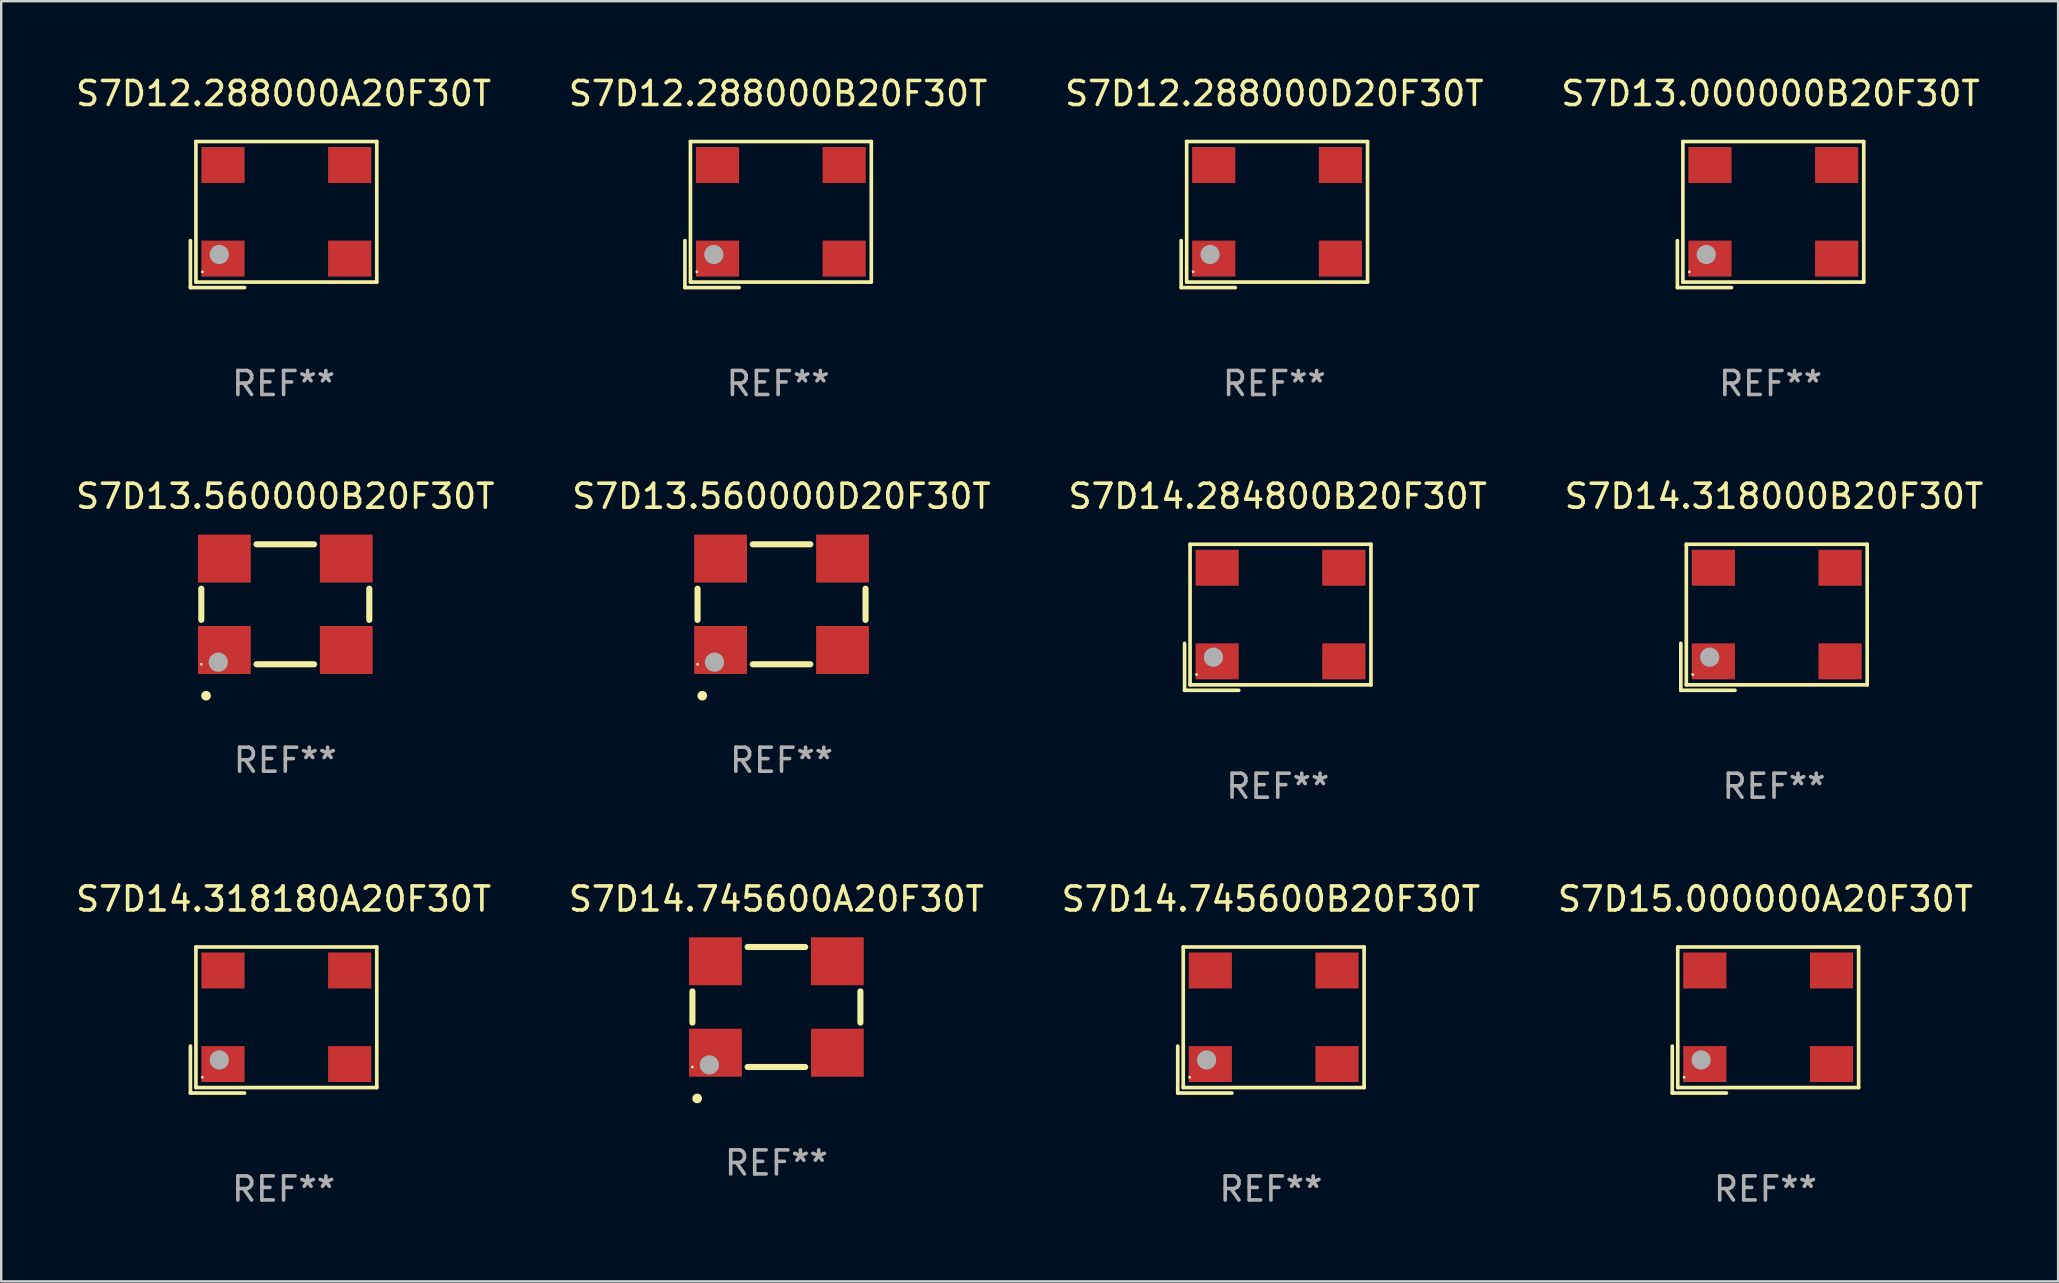
<source format=kicad_pcb>
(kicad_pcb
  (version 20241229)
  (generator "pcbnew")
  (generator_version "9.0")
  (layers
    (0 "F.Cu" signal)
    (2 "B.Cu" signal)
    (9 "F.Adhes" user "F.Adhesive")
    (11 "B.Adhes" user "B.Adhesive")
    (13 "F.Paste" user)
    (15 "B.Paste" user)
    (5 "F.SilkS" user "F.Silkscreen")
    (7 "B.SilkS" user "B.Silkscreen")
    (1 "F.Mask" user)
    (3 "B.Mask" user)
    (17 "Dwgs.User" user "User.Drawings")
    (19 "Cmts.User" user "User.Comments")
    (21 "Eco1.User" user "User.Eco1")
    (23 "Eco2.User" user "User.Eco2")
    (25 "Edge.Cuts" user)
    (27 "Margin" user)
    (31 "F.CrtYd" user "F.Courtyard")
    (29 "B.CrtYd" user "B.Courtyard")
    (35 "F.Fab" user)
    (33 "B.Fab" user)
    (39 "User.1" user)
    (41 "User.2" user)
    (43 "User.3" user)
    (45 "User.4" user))
  (footprint "S7D12.288000A20F30T"
    (layer "F.Cu")
    (at 8.768 5.891)
    (property "Reference" "S7D12.288000A20F30T" (at 0 -5.043 0) (layer "F.SilkS") (effects (font (size 1 1) (thickness 0.15))))
    (attr through_hole)
    (fp_line (start -3.883 1.086) (end -3.883 3.043) (stroke (width 0.152) (type solid)) (layer "F.SilkS"))
    (fp_line (start -3.883 3.043) (end -1.626 3.043) (stroke (width 0.152) (type solid)) (layer "F.SilkS"))
    (fp_line (start -3.654 -3.043) (end 3.883 -3.043) (stroke (width 0.152) (type solid)) (layer "F.SilkS"))
    (fp_line (start -3.654 2.814) (end -3.654 -3.043) (stroke (width 0.152) (type solid)) (layer "F.SilkS"))
    (fp_line (start 3.883 -3.043) (end 3.883 2.814) (stroke (width 0.152) (type solid)) (layer "F.SilkS"))
    (fp_line (start 3.883 2.814) (end -3.654 2.814) (stroke (width 0.152) (type solid)) (layer "F.SilkS"))
    (fp_circle (center -3.386 2.386) (end -3.356 2.386) (stroke (width 0.06) (type solid)) (fill no) (layer "F.SilkS"))
    (fp_circle (center -2.68 1.664) (end -2.48 1.664) (stroke (width 0.4) (type solid)) (fill no) (layer "F.Fab"))
    (fp_text user "REF**" (at 0 7.043 0) (layer "F.Fab") (effects (font (size 1 1) (thickness 0.15))))
    (pad "1" smd rect (at -2.526 1.836) (size 1.8 1.5) (layers "F.Cu" "F.Mask" "F.Paste"))
    (pad "2" smd rect (at 2.754 1.836) (size 1.8 1.5) (layers "F.Cu" "F.Mask" "F.Paste"))
    (pad "3" smd rect (at 2.754 -2.064) (size 1.8 1.5) (layers "F.Cu" "F.Mask" "F.Paste"))
    (pad "4" smd rect (at -2.526 -2.064) (size 1.8 1.5) (layers "F.Cu" "F.Mask" "F.Paste")))
  (footprint "S7D14.318180A20F30T"
    (layer "F.Cu")
    (at 8.768 39.456)
    (property "Reference" "S7D14.318180A20F30T" (at 0 -5.043 0) (layer "F.SilkS") (effects (font (size 1 1) (thickness 0.15))))
    (attr through_hole)
    (fp_line (start -3.883 1.086) (end -3.883 3.043) (stroke (width 0.152) (type solid)) (layer "F.SilkS"))
    (fp_line (start -3.883 3.043) (end -1.626 3.043) (stroke (width 0.152) (type solid)) (layer "F.SilkS"))
    (fp_line (start -3.654 -3.043) (end 3.883 -3.043) (stroke (width 0.152) (type solid)) (layer "F.SilkS"))
    (fp_line (start -3.654 2.814) (end -3.654 -3.043) (stroke (width 0.152) (type solid)) (layer "F.SilkS"))
    (fp_line (start 3.883 -3.043) (end 3.883 2.814) (stroke (width 0.152) (type solid)) (layer "F.SilkS"))
    (fp_line (start 3.883 2.814) (end -3.654 2.814) (stroke (width 0.152) (type solid)) (layer "F.SilkS"))
    (fp_circle (center -3.386 2.386) (end -3.356 2.386) (stroke (width 0.06) (type solid)) (fill no) (layer "F.SilkS"))
    (fp_circle (center -2.68 1.664) (end -2.48 1.664) (stroke (width 0.4) (type solid)) (fill no) (layer "F.Fab"))
    (fp_text user "REF**" (at 0 7.043 0) (layer "F.Fab") (effects (font (size 1 1) (thickness 0.15))))
    (pad "1" smd rect (at -2.526 1.836) (size 1.8 1.5) (layers "F.Cu" "F.Mask" "F.Paste"))
    (pad "2" smd rect (at 2.754 1.836) (size 1.8 1.5) (layers "F.Cu" "F.Mask" "F.Paste"))
    (pad "3" smd rect (at 2.754 -2.064) (size 1.8 1.5) (layers "F.Cu" "F.Mask" "F.Paste"))
    (pad "4" smd rect (at -2.526 -2.064) (size 1.8 1.5) (layers "F.Cu" "F.Mask" "F.Paste")))
  (footprint "S7D13.560000D20F30T"
    (layer "F.Cu")
    (at 29.518 22.131)
    (property "Reference" "S7D13.560000D20F30T" (at 0 -4.5 0) (layer "F.SilkS") (effects (font (size 1 1) (thickness 0.15))))
    (attr through_hole)
    (fp_line (start -3.5 0.65) (end -3.5 -0.65) (stroke (width 0.254) (type solid)) (layer "F.SilkS"))
    (fp_line (start 1.2 -2.5) (end -1.2 -2.5) (stroke (width 0.254) (type solid)) (layer "F.SilkS"))
    (fp_line (start 1.2 2.5) (end -1.2 2.5) (stroke (width 0.254) (type solid)) (layer "F.SilkS"))
    (fp_line (start 3.5 0.65) (end 3.5 -0.65) (stroke (width 0.254) (type solid)) (layer "F.SilkS"))
    (fp_arc (start -3.304547 3.81016) (mid -3.303277 3.810156) (end -3.302007 3.81016) (stroke (width 0.4) (type solid)) (layer "F.SilkS"))
    (fp_circle (center -3.5 2.5) (end -3.47 2.5) (stroke (width 0.06) (type solid)) (fill no) (layer "F.SilkS"))
    (fp_circle (center -2.794 2.413) (end -2.594 2.413) (stroke (width 0.4) (type solid)) (fill no) (layer "F.Fab"))
    (fp_text user "REF**" (at 0 6.5 0) (layer "F.Fab") (effects (font (size 1 1) (thickness 0.15))))
    (pad "1" smd rect (at -2.54 1.905 180) (size 2.2 2) (layers "F.Cu" "F.Mask" "F.Paste"))
    (pad "2" smd rect (at 2.54 1.905 180) (size 2.2 2) (layers "F.Cu" "F.Mask" "F.Paste"))
    (pad "3" smd rect (at 2.54 -1.905 180) (size 2.2 2) (layers "F.Cu" "F.Mask" "F.Paste"))
    (pad "4" smd rect (at -2.54 -1.905 180) (size 2.2 2) (layers "F.Cu" "F.Mask" "F.Paste")))
  (footprint "S7D14.318000B20F30T"
    (layer "F.Cu")
    (at 70.875 22.673)
    (property "Reference" "S7D14.318000B20F30T" (at 0 -5.043 0) (layer "F.SilkS") (effects (font (size 1 1) (thickness 0.15))))
    (attr through_hole)
    (fp_line (start -3.883 1.086) (end -3.883 3.043) (stroke (width 0.152) (type solid)) (layer "F.SilkS"))
    (fp_line (start -3.883 3.043) (end -1.626 3.043) (stroke (width 0.152) (type solid)) (layer "F.SilkS"))
    (fp_line (start -3.654 -3.043) (end 3.883 -3.043) (stroke (width 0.152) (type solid)) (layer "F.SilkS"))
    (fp_line (start -3.654 2.814) (end -3.654 -3.043) (stroke (width 0.152) (type solid)) (layer "F.SilkS"))
    (fp_line (start 3.883 -3.043) (end 3.883 2.814) (stroke (width 0.152) (type solid)) (layer "F.SilkS"))
    (fp_line (start 3.883 2.814) (end -3.654 2.814) (stroke (width 0.152) (type solid)) (layer "F.SilkS"))
    (fp_circle (center -3.386 2.386) (end -3.356 2.386) (stroke (width 0.06) (type solid)) (fill no) (layer "F.SilkS"))
    (fp_circle (center -2.68 1.664) (end -2.48 1.664) (stroke (width 0.4) (type solid)) (fill no) (layer "F.Fab"))
    (fp_text user "REF**" (at 0 7.043 0) (layer "F.Fab") (effects (font (size 1 1) (thickness 0.15))))
    (pad "1" smd rect (at -2.526 1.836) (size 1.8 1.5) (layers "F.Cu" "F.Mask" "F.Paste"))
    (pad "2" smd rect (at 2.754 1.836) (size 1.8 1.5) (layers "F.Cu" "F.Mask" "F.Paste"))
    (pad "3" smd rect (at 2.754 -2.064) (size 1.8 1.5) (layers "F.Cu" "F.Mask" "F.Paste"))
    (pad "4" smd rect (at -2.526 -2.064) (size 1.8 1.5) (layers "F.Cu" "F.Mask" "F.Paste")))
  (footprint "S7D12.288000D20F30T"
    (layer "F.Cu")
    (at 50.054 5.891)
    (property "Reference" "S7D12.288000D20F30T" (at 0 -5.043 0) (layer "F.SilkS") (effects (font (size 1 1) (thickness 0.15))))
    (attr through_hole)
    (fp_line (start -3.883 1.086) (end -3.883 3.043) (stroke (width 0.152) (type solid)) (layer "F.SilkS"))
    (fp_line (start -3.883 3.043) (end -1.626 3.043) (stroke (width 0.152) (type solid)) (layer "F.SilkS"))
    (fp_line (start -3.654 -3.043) (end 3.883 -3.043) (stroke (width 0.152) (type solid)) (layer "F.SilkS"))
    (fp_line (start -3.654 2.814) (end -3.654 -3.043) (stroke (width 0.152) (type solid)) (layer "F.SilkS"))
    (fp_line (start 3.883 -3.043) (end 3.883 2.814) (stroke (width 0.152) (type solid)) (layer "F.SilkS"))
    (fp_line (start 3.883 2.814) (end -3.654 2.814) (stroke (width 0.152) (type solid)) (layer "F.SilkS"))
    (fp_circle (center -3.386 2.386) (end -3.356 2.386) (stroke (width 0.06) (type solid)) (fill no) (layer "F.SilkS"))
    (fp_circle (center -2.68 1.664) (end -2.48 1.664) (stroke (width 0.4) (type solid)) (fill no) (layer "F.Fab"))
    (fp_text user "REF**" (at 0 7.043 0) (layer "F.Fab") (effects (font (size 1 1) (thickness 0.15))))
    (pad "1" smd rect (at -2.526 1.836) (size 1.8 1.5) (layers "F.Cu" "F.Mask" "F.Paste"))
    (pad "2" smd rect (at 2.754 1.836) (size 1.8 1.5) (layers "F.Cu" "F.Mask" "F.Paste"))
    (pad "3" smd rect (at 2.754 -2.064) (size 1.8 1.5) (layers "F.Cu" "F.Mask" "F.Paste"))
    (pad "4" smd rect (at -2.526 -2.064) (size 1.8 1.5) (layers "F.Cu" "F.Mask" "F.Paste")))
  (footprint "S7D13.560000B20F30T"
    (layer "F.Cu")
    (at 8.839 22.131)
    (property "Reference" "S7D13.560000B20F30T" (at 0 -4.5 0) (layer "F.SilkS") (effects (font (size 1 1) (thickness 0.15))))
    (attr through_hole)
    (fp_line (start -3.5 0.65) (end -3.5 -0.65) (stroke (width 0.254) (type solid)) (layer "F.SilkS"))
    (fp_line (start 1.2 -2.5) (end -1.2 -2.5) (stroke (width 0.254) (type solid)) (layer "F.SilkS"))
    (fp_line (start 1.2 2.5) (end -1.2 2.5) (stroke (width 0.254) (type solid)) (layer "F.SilkS"))
    (fp_line (start 3.5 0.65) (end 3.5 -0.65) (stroke (width 0.254) (type solid)) (layer "F.SilkS"))
    (fp_arc (start -3.304547 3.81016) (mid -3.303277 3.810156) (end -3.302007 3.81016) (stroke (width 0.4) (type solid)) (layer "F.SilkS"))
    (fp_circle (center -3.5 2.5) (end -3.47 2.5) (stroke (width 0.06) (type solid)) (fill no) (layer "F.SilkS"))
    (fp_circle (center -2.794 2.413) (end -2.594 2.413) (stroke (width 0.4) (type solid)) (fill no) (layer "F.Fab"))
    (fp_text user "REF**" (at 0 6.5 0) (layer "F.Fab") (effects (font (size 1 1) (thickness 0.15))))
    (pad "1" smd rect (at -2.54 1.905 180) (size 2.2 2) (layers "F.Cu" "F.Mask" "F.Paste"))
    (pad "2" smd rect (at 2.54 1.905 180) (size 2.2 2) (layers "F.Cu" "F.Mask" "F.Paste"))
    (pad "3" smd rect (at 2.54 -1.905 180) (size 2.2 2) (layers "F.Cu" "F.Mask" "F.Paste"))
    (pad "4" smd rect (at -2.54 -1.905 180) (size 2.2 2) (layers "F.Cu" "F.Mask" "F.Paste")))
  (footprint "S7D14.745600B20F30T"
    (layer "F.Cu")
    (at 49.911 39.456)
    (property "Reference" "S7D14.745600B20F30T" (at 0 -5.043 0) (layer "F.SilkS") (effects (font (size 1 1) (thickness 0.15))))
    (attr through_hole)
    (fp_line (start -3.883 1.086) (end -3.883 3.043) (stroke (width 0.152) (type solid)) (layer "F.SilkS"))
    (fp_line (start -3.883 3.043) (end -1.626 3.043) (stroke (width 0.152) (type solid)) (layer "F.SilkS"))
    (fp_line (start -3.654 -3.043) (end 3.883 -3.043) (stroke (width 0.152) (type solid)) (layer "F.SilkS"))
    (fp_line (start -3.654 2.814) (end -3.654 -3.043) (stroke (width 0.152) (type solid)) (layer "F.SilkS"))
    (fp_line (start 3.883 -3.043) (end 3.883 2.814) (stroke (width 0.152) (type solid)) (layer "F.SilkS"))
    (fp_line (start 3.883 2.814) (end -3.654 2.814) (stroke (width 0.152) (type solid)) (layer "F.SilkS"))
    (fp_circle (center -3.386 2.386) (end -3.356 2.386) (stroke (width 0.06) (type solid)) (fill no) (layer "F.SilkS"))
    (fp_circle (center -2.68 1.664) (end -2.48 1.664) (stroke (width 0.4) (type solid)) (fill no) (layer "F.Fab"))
    (fp_text user "REF**" (at 0 7.043 0) (layer "F.Fab") (effects (font (size 1 1) (thickness 0.15))))
    (pad "1" smd rect (at -2.526 1.836) (size 1.8 1.5) (layers "F.Cu" "F.Mask" "F.Paste"))
    (pad "2" smd rect (at 2.754 1.836) (size 1.8 1.5) (layers "F.Cu" "F.Mask" "F.Paste"))
    (pad "3" smd rect (at 2.754 -2.064) (size 1.8 1.5) (layers "F.Cu" "F.Mask" "F.Paste"))
    (pad "4" smd rect (at -2.526 -2.064) (size 1.8 1.5) (layers "F.Cu" "F.Mask" "F.Paste")))
  (footprint "S7D15.000000A20F30T"
    (layer "F.Cu")
    (at 70.518 39.456)
    (property "Reference" "S7D15.000000A20F30T" (at 0 -5.043 0) (layer "F.SilkS") (effects (font (size 1 1) (thickness 0.15))))
    (attr through_hole)
    (fp_line (start -3.883 1.086) (end -3.883 3.043) (stroke (width 0.152) (type solid)) (layer "F.SilkS"))
    (fp_line (start -3.883 3.043) (end -1.626 3.043) (stroke (width 0.152) (type solid)) (layer "F.SilkS"))
    (fp_line (start -3.654 -3.043) (end 3.883 -3.043) (stroke (width 0.152) (type solid)) (layer "F.SilkS"))
    (fp_line (start -3.654 2.814) (end -3.654 -3.043) (stroke (width 0.152) (type solid)) (layer "F.SilkS"))
    (fp_line (start 3.883 -3.043) (end 3.883 2.814) (stroke (width 0.152) (type solid)) (layer "F.SilkS"))
    (fp_line (start 3.883 2.814) (end -3.654 2.814) (stroke (width 0.152) (type solid)) (layer "F.SilkS"))
    (fp_circle (center -3.386 2.386) (end -3.356 2.386) (stroke (width 0.06) (type solid)) (fill no) (layer "F.SilkS"))
    (fp_circle (center -2.68 1.664) (end -2.48 1.664) (stroke (width 0.4) (type solid)) (fill no) (layer "F.Fab"))
    (fp_text user "REF**" (at 0 7.043 0) (layer "F.Fab") (effects (font (size 1 1) (thickness 0.15))))
    (pad "1" smd rect (at -2.526 1.836) (size 1.8 1.5) (layers "F.Cu" "F.Mask" "F.Paste"))
    (pad "2" smd rect (at 2.754 1.836) (size 1.8 1.5) (layers "F.Cu" "F.Mask" "F.Paste"))
    (pad "3" smd rect (at 2.754 -2.064) (size 1.8 1.5) (layers "F.Cu" "F.Mask" "F.Paste"))
    (pad "4" smd rect (at -2.526 -2.064) (size 1.8 1.5) (layers "F.Cu" "F.Mask" "F.Paste")))
  (footprint "S7D13.000000B20F30T"
    (layer "F.Cu")
    (at 70.732 5.891)
    (property "Reference" "S7D13.000000B20F30T" (at 0 -5.043 0) (layer "F.SilkS") (effects (font (size 1 1) (thickness 0.15))))
    (attr through_hole)
    (fp_line (start -3.883 1.086) (end -3.883 3.043) (stroke (width 0.152) (type solid)) (layer "F.SilkS"))
    (fp_line (start -3.883 3.043) (end -1.626 3.043) (stroke (width 0.152) (type solid)) (layer "F.SilkS"))
    (fp_line (start -3.654 -3.043) (end 3.883 -3.043) (stroke (width 0.152) (type solid)) (layer "F.SilkS"))
    (fp_line (start -3.654 2.814) (end -3.654 -3.043) (stroke (width 0.152) (type solid)) (layer "F.SilkS"))
    (fp_line (start 3.883 -3.043) (end 3.883 2.814) (stroke (width 0.152) (type solid)) (layer "F.SilkS"))
    (fp_line (start 3.883 2.814) (end -3.654 2.814) (stroke (width 0.152) (type solid)) (layer "F.SilkS"))
    (fp_circle (center -3.386 2.386) (end -3.356 2.386) (stroke (width 0.06) (type solid)) (fill no) (layer "F.SilkS"))
    (fp_circle (center -2.68 1.664) (end -2.48 1.664) (stroke (width 0.4) (type solid)) (fill no) (layer "F.Fab"))
    (fp_text user "REF**" (at 0 7.043 0) (layer "F.Fab") (effects (font (size 1 1) (thickness 0.15))))
    (pad "1" smd rect (at -2.526 1.836) (size 1.8 1.5) (layers "F.Cu" "F.Mask" "F.Paste"))
    (pad "2" smd rect (at 2.754 1.836) (size 1.8 1.5) (layers "F.Cu" "F.Mask" "F.Paste"))
    (pad "3" smd rect (at 2.754 -2.064) (size 1.8 1.5) (layers "F.Cu" "F.Mask" "F.Paste"))
    (pad "4" smd rect (at -2.526 -2.064) (size 1.8 1.5) (layers "F.Cu" "F.Mask" "F.Paste")))
  (footprint "S7D14.284800B20F30T"
    (layer "F.Cu")
    (at 50.196 22.673)
    (property "Reference" "S7D14.284800B20F30T" (at 0 -5.043 0) (layer "F.SilkS") (effects (font (size 1 1) (thickness 0.15))))
    (attr through_hole)
    (fp_line (start -3.883 1.086) (end -3.883 3.043) (stroke (width 0.152) (type solid)) (layer "F.SilkS"))
    (fp_line (start -3.883 3.043) (end -1.626 3.043) (stroke (width 0.152) (type solid)) (layer "F.SilkS"))
    (fp_line (start -3.654 -3.043) (end 3.883 -3.043) (stroke (width 0.152) (type solid)) (layer "F.SilkS"))
    (fp_line (start -3.654 2.814) (end -3.654 -3.043) (stroke (width 0.152) (type solid)) (layer "F.SilkS"))
    (fp_line (start 3.883 -3.043) (end 3.883 2.814) (stroke (width 0.152) (type solid)) (layer "F.SilkS"))
    (fp_line (start 3.883 2.814) (end -3.654 2.814) (stroke (width 0.152) (type solid)) (layer "F.SilkS"))
    (fp_circle (center -3.386 2.386) (end -3.356 2.386) (stroke (width 0.06) (type solid)) (fill no) (layer "F.SilkS"))
    (fp_circle (center -2.68 1.664) (end -2.48 1.664) (stroke (width 0.4) (type solid)) (fill no) (layer "F.Fab"))
    (fp_text user "REF**" (at 0 7.043 0) (layer "F.Fab") (effects (font (size 1 1) (thickness 0.15))))
    (pad "1" smd rect (at -2.526 1.836) (size 1.8 1.5) (layers "F.Cu" "F.Mask" "F.Paste"))
    (pad "2" smd rect (at 2.754 1.836) (size 1.8 1.5) (layers "F.Cu" "F.Mask" "F.Paste"))
    (pad "3" smd rect (at 2.754 -2.064) (size 1.8 1.5) (layers "F.Cu" "F.Mask" "F.Paste"))
    (pad "4" smd rect (at -2.526 -2.064) (size 1.8 1.5) (layers "F.Cu" "F.Mask" "F.Paste")))
  (footprint "S7D14.745600A20F30T"
    (layer "F.Cu")
    (at 29.304 38.913)
    (property "Reference" "S7D14.745600A20F30T" (at 0 -4.5 0) (layer "F.SilkS") (effects (font (size 1 1) (thickness 0.15))))
    (attr through_hole)
    (fp_line (start -3.5 0.65) (end -3.5 -0.65) (stroke (width 0.254) (type solid)) (layer "F.SilkS"))
    (fp_line (start 1.2 -2.5) (end -1.2 -2.5) (stroke (width 0.254) (type solid)) (layer "F.SilkS"))
    (fp_line (start 1.2 2.5) (end -1.2 2.5) (stroke (width 0.254) (type solid)) (layer "F.SilkS"))
    (fp_line (start 3.5 0.65) (end 3.5 -0.65) (stroke (width 0.254) (type solid)) (layer "F.SilkS"))
    (fp_arc (start -3.304547 3.81016) (mid -3.303277 3.810156) (end -3.302007 3.81016) (stroke (width 0.4) (type solid)) (layer "F.SilkS"))
    (fp_circle (center -3.5 2.5) (end -3.47 2.5) (stroke (width 0.06) (type solid)) (fill no) (layer "F.SilkS"))
    (fp_circle (center -2.794 2.413) (end -2.594 2.413) (stroke (width 0.4) (type solid)) (fill no) (layer "F.Fab"))
    (fp_text user "REF**" (at 0 6.5 0) (layer "F.Fab") (effects (font (size 1 1) (thickness 0.15))))
    (pad "1" smd rect (at -2.54 1.905 180) (size 2.2 2) (layers "F.Cu" "F.Mask" "F.Paste"))
    (pad "2" smd rect (at 2.54 1.905 180) (size 2.2 2) (layers "F.Cu" "F.Mask" "F.Paste"))
    (pad "3" smd rect (at 2.54 -1.905 180) (size 2.2 2) (layers "F.Cu" "F.Mask" "F.Paste"))
    (pad "4" smd rect (at -2.54 -1.905 180) (size 2.2 2) (layers "F.Cu" "F.Mask" "F.Paste")))
  (footprint "S7D12.288000B20F30T"
    (layer "F.Cu")
    (at 29.375 5.891)
    (property "Reference" "S7D12.288000B20F30T" (at 0 -5.043 0) (layer "F.SilkS") (effects (font (size 1 1) (thickness 0.15))))
    (attr through_hole)
    (fp_line (start -3.883 1.086) (end -3.883 3.043) (stroke (width 0.152) (type solid)) (layer "F.SilkS"))
    (fp_line (start -3.883 3.043) (end -1.626 3.043) (stroke (width 0.152) (type solid)) (layer "F.SilkS"))
    (fp_line (start -3.654 -3.043) (end 3.883 -3.043) (stroke (width 0.152) (type solid)) (layer "F.SilkS"))
    (fp_line (start -3.654 2.814) (end -3.654 -3.043) (stroke (width 0.152) (type solid)) (layer "F.SilkS"))
    (fp_line (start 3.883 -3.043) (end 3.883 2.814) (stroke (width 0.152) (type solid)) (layer "F.SilkS"))
    (fp_line (start 3.883 2.814) (end -3.654 2.814) (stroke (width 0.152) (type solid)) (layer "F.SilkS"))
    (fp_circle (center -3.386 2.386) (end -3.356 2.386) (stroke (width 0.06) (type solid)) (fill no) (layer "F.SilkS"))
    (fp_circle (center -2.68 1.664) (end -2.48 1.664) (stroke (width 0.4) (type solid)) (fill no) (layer "F.Fab"))
    (fp_text user "REF**" (at 0 7.043 0) (layer "F.Fab") (effects (font (size 1 1) (thickness 0.15))))
    (pad "1" smd rect (at -2.526 1.836) (size 1.8 1.5) (layers "F.Cu" "F.Mask" "F.Paste"))
    (pad "2" smd rect (at 2.754 1.836) (size 1.8 1.5) (layers "F.Cu" "F.Mask" "F.Paste"))
    (pad "3" smd rect (at 2.754 -2.064) (size 1.8 1.5) (layers "F.Cu" "F.Mask" "F.Paste"))
    (pad "4" smd rect (at -2.526 -2.064) (size 1.8 1.5) (layers "F.Cu" "F.Mask" "F.Paste")))
  (gr_rect
    (start -3 -3)
    (end 82.714 50.347)
    (stroke (width 0.1) (type default))
    (fill no)
    (layer "Edge.Cuts")))
</source>
